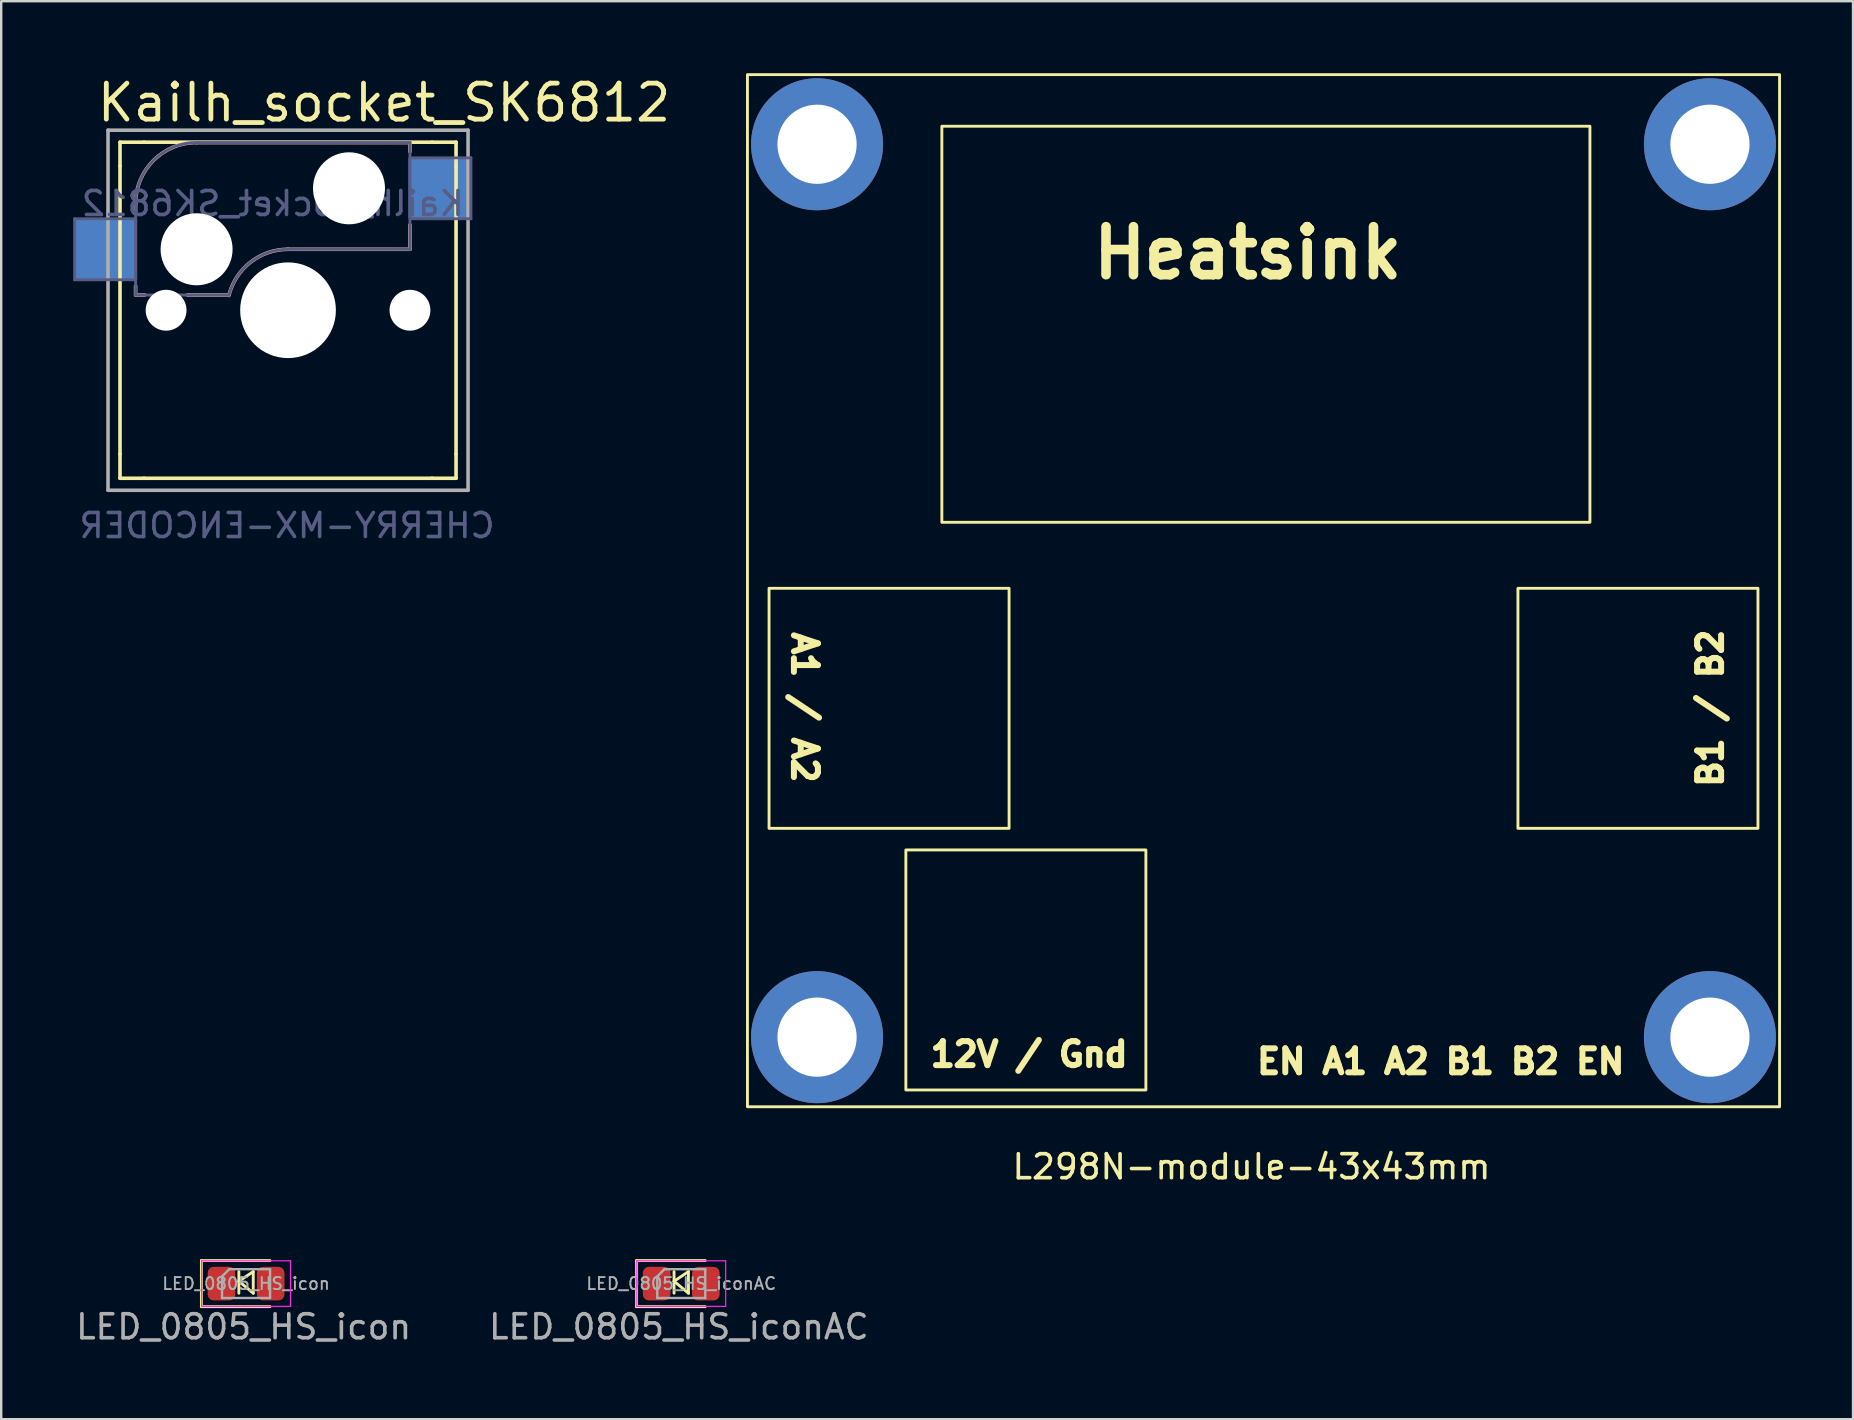
<source format=kicad_pcb>
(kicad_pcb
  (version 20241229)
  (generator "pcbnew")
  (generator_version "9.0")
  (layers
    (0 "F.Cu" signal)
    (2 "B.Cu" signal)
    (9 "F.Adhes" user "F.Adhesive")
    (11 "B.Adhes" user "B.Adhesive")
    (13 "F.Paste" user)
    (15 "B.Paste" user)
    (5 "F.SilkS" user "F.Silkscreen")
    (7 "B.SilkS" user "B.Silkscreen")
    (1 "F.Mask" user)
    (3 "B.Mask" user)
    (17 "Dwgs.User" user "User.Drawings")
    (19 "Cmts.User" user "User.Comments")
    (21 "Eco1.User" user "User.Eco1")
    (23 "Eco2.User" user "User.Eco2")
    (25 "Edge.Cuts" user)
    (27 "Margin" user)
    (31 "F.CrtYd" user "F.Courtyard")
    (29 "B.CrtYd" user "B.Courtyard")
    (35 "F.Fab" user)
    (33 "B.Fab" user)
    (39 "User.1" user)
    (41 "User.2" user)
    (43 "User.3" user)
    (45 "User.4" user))
  (footprint "L298N-module-43x43mm"
    (layer "F.Cu")
    (at 49.09 46.06)
    (property "Reference" "L298N-module-43x43mm" (at 0 -0.5 0) (unlocked yes) (layer "F.SilkS") (effects (font (size 1 1) (thickness 0.15))))
    (attr through_hole)
    (fp_rect (start -20.1 -14.6) (end -10.1 -24.6) (stroke (width 0.12) (type default)) (fill no) (layer "F.SilkS"))
    (fp_rect (start -14.4 -3.7) (end -4.4 -13.7) (stroke (width 0.12) (type default)) (fill no) (layer "F.SilkS"))
    (fp_rect (start -12.9 -43.85) (end 14.1 -27.35) (stroke (width 0.12) (type default)) (fill no) (layer "F.SilkS"))
    (fp_rect (start 11.1 -14.6) (end 21.1 -24.6) (stroke (width 0.12) (type default)) (fill no) (layer "F.SilkS"))
    (fp_rect (start 22 -3) (end -21 -46) (stroke (width 0.12) (type default)) (fill no) (layer "F.SilkS"))
    (fp_text user "12V / Gnd " (at -13.5 -4.6 0) (unlocked yes) (layer "F.SilkS") (effects (font (size 1 1) (thickness 0.25) (bold yes)) (justify left bottom)))
    (fp_text user "Heatsink" (at -6.8 -37.4 0) (unlocked yes) (layer "F.SilkS") (effects (font (size 2 2) (thickness 0.4) (bold yes)) (justify left bottom)))
    (fp_text user "B1 / B2" (at 19.7 -16.2 90) (unlocked yes) (layer "F.SilkS") (effects (font (size 1 1) (thickness 0.25) (bold yes)) (justify left bottom)))
    (fp_text user "A1 / A2" (at -19.2 -22.9 270) (unlocked yes) (layer "F.SilkS") (effects (font (size 1 1) (thickness 0.25) (bold yes)) (justify left bottom)))
    (fp_text user "EN A1 A2 B1 B2 EN" (at 0.1 -4.3 0) (unlocked yes) (layer "F.SilkS") (effects (font (size 1 1) (thickness 0.25) (bold yes)) (justify left bottom)))
    (pad "1" thru_hole circle (at -18.1 -43.1) (size 5.5 5.5) (drill 3.3) (layers "*.Cu" "*.Mask"))
    (pad "1" thru_hole circle (at -18.1 -5.9) (size 5.5 5.5) (drill 3.3) (layers "*.Cu" "*.Mask"))
    (pad "1" thru_hole circle (at 19.1 -43.1) (size 5.5 5.5) (drill 3.3) (layers "*.Cu" "*.Mask"))
    (pad "1" thru_hole circle (at 19.1 -5.9) (size 5.5 5.5) (drill 3.3) (layers "*.Cu" "*.Mask")))
  (footprint "Kailh_socket_SK6812"
    (layer "F.Cu")
    (at 8.95 9.875)
    (property "Reference" "Kailh_socket_SK6812" (at 4.001 -8.646 0) (layer "F.SilkS") (effects (font (size 1.5 1.5) (thickness 0.2))))
    (property "Value" "CHERRY-MX-ENCODER" (at 0.2 10.9 0) (layer "F.Fab") (hide yes) (effects (font (size 1.27 1.27) (thickness 0.15))))
    (attr through_hole)
    (fp_line (start -7 -6) (end -7 -7) (stroke (width 0.15) (type solid)) (layer "F.SilkS"))
    (fp_line (start -7 -6) (end -7 6) (stroke (width 0.15) (type solid)) (layer "F.SilkS"))
    (fp_line (start -7 7) (end -7 6) (stroke (width 0.15) (type solid)) (layer "F.SilkS"))
    (fp_line (start -7 7) (end -6 7) (stroke (width 0.15) (type solid)) (layer "F.SilkS"))
    (fp_line (start -6 -7) (end -7 -7) (stroke (width 0.15) (type solid)) (layer "F.SilkS"))
    (fp_line (start -6 7) (end 6 7) (stroke (width 0.15) (type solid)) (layer "F.SilkS"))
    (fp_line (start 6 -7) (end -6 -7) (stroke (width 0.15) (type solid)) (layer "F.SilkS"))
    (fp_line (start 6 7) (end 7 7) (stroke (width 0.15) (type solid)) (layer "F.SilkS"))
    (fp_line (start 7 -7) (end 6 -7) (stroke (width 0.15) (type solid)) (layer "F.SilkS"))
    (fp_line (start 7 -7) (end 7 -6) (stroke (width 0.15) (type solid)) (layer "F.SilkS"))
    (fp_line (start 7 6) (end 7 -6) (stroke (width 0.15) (type solid)) (layer "F.SilkS"))
    (fp_line (start 7 6) (end 7 7) (stroke (width 0.15) (type solid)) (layer "F.SilkS"))
    (fp_line (start -6.35 -4.445) (end -6.35 -4.064) (stroke (width 0.15) (type solid)) (layer "B.SilkS"))
    (fp_line (start -6.35 -1.016) (end -6.35 -0.635) (stroke (width 0.15) (type solid)) (layer "B.SilkS"))
    (fp_line (start -5.969 -0.635) (end -6.35 -0.635) (stroke (width 0.15) (type solid)) (layer "B.SilkS"))
    (fp_line (start -3.81 -6.985) (end 5.08 -6.985) (stroke (width 0.15) (type solid)) (layer "B.SilkS"))
    (fp_line (start -2.464 -0.635) (end -4.191 -0.635) (stroke (width 0.15) (type solid)) (layer "B.SilkS"))
    (fp_line (start 5.08 -6.985) (end 5.08 -6.604) (stroke (width 0.15) (type solid)) (layer "B.SilkS"))
    (fp_line (start 5.08 -3.556) (end 5.08 -2.54) (stroke (width 0.15) (type solid)) (layer "B.SilkS"))
    (fp_line (start 5.08 -2.54) (end 0 -2.54) (stroke (width 0.15) (type solid)) (layer "B.SilkS"))
    (fp_arc (start -6.35 -4.445) (mid -5.606051 -6.241051) (end -3.81 -6.985) (stroke (width 0.15) (type solid)) (layer "B.SilkS"))
    (fp_arc (start -2.464162 -0.61604) (mid -1.563147 -2.002042) (end 0 -2.54) (stroke (width 0.15) (type solid)) (layer "B.SilkS"))
    (fp_line (start -1.748 3.26) (end -1.75 6.7) (stroke (width 0.15) (type solid)) (layer "Eco1.User"))
    (fp_line (start -1.45 7) (end 1.45 7) (stroke (width 0.15) (type solid)) (layer "Eco1.User"))
    (fp_line (start 1.5 3) (end -1.47 3) (stroke (width 0.15) (type solid)) (layer "Eco1.User"))
    (fp_line (start 1.75 6.7) (end 1.75 3.25) (stroke (width 0.15) (type solid)) (layer "Eco1.User"))
    (fp_arc (start -1.748034 3.260308) (mid -1.655491 3.080516) (end -1.47 3) (stroke (width 0.15) (type solid)) (layer "Eco1.User"))
    (fp_arc (start -1.45 7) (mid -1.662132 6.912132) (end -1.75 6.7) (stroke (width 0.15) (type solid)) (layer "Eco1.User"))
    (fp_arc (start 1.5 3) (mid 1.676777 3.073223) (end 1.75 3.25) (stroke (width 0.15) (type solid)) (layer "Eco1.User"))
    (fp_arc (start 1.75 6.7) (mid 1.662132 6.912132) (end 1.45 7) (stroke (width 0.15) (type solid)) (layer "Eco1.User"))
    (fp_line (start -6.9 6.9) (end -6.9 -6.9) (stroke (width 0.15) (type solid)) (layer "Eco2.User"))
    (fp_line (start -6.9 6.9) (end 6.9 6.9) (stroke (width 0.15) (type solid)) (layer "Eco2.User"))
    (fp_line (start 6.9 -6.9) (end -6.9 -6.9) (stroke (width 0.15) (type solid)) (layer "Eco2.User"))
    (fp_line (start 6.9 -6.9) (end 6.9 6.9) (stroke (width 0.15) (type solid)) (layer "Eco2.User"))
    (fp_line (start -8.89 -3.81) (end -6.35 -3.81) (stroke (width 0.12) (type solid)) (layer "B.Fab"))
    (fp_line (start -8.89 -1.27) (end -8.89 -3.81) (stroke (width 0.12) (type solid)) (layer "B.Fab"))
    (fp_line (start -6.35 -1.27) (end -8.89 -1.27) (stroke (width 0.12) (type solid)) (layer "B.Fab"))
    (fp_line (start -6.35 -0.635) (end -6.35 -4.445) (stroke (width 0.12) (type solid)) (layer "B.Fab"))
    (fp_line (start -6.35 -0.635) (end -2.54 -0.635) (stroke (width 0.12) (type solid)) (layer "B.Fab"))
    (fp_line (start -3.81 -6.985) (end 5.08 -6.985) (stroke (width 0.12) (type solid)) (layer "B.Fab"))
    (fp_line (start 5.08 -6.985) (end 5.08 -2.54) (stroke (width 0.12) (type solid)) (layer "B.Fab"))
    (fp_line (start 5.08 -6.35) (end 7.62 -6.35) (stroke (width 0.12) (type solid)) (layer "B.Fab"))
    (fp_line (start 5.08 -2.54) (end 0 -2.54) (stroke (width 0.12) (type solid)) (layer "B.Fab"))
    (fp_line (start 7.62 -6.35) (end 7.62 -3.81) (stroke (width 0.12) (type solid)) (layer "B.Fab"))
    (fp_line (start 7.62 -3.81) (end 5.08 -3.81) (stroke (width 0.12) (type solid)) (layer "B.Fab"))
    (fp_arc (start -6.35 -4.445) (mid -5.606051 -6.241051) (end -3.81 -6.985) (stroke (width 0.12) (type solid)) (layer "B.Fab"))
    (fp_arc (start -2.464162 -0.61604) (mid -1.563147 -2.002042) (end 0 -2.54) (stroke (width 0.12) (type solid)) (layer "B.Fab"))
    (fp_line (start -7.5 -7.5) (end 7.5 -7.5) (stroke (width 0.15) (type solid)) (layer "F.Fab"))
    (fp_line (start -7.5 7.5) (end -7.5 -7.5) (stroke (width 0.15) (type solid)) (layer "F.Fab"))
    (fp_line (start 7.5 -7.5) (end 7.5 7.5) (stroke (width 0.15) (type solid)) (layer "F.Fab"))
    (fp_line (start 7.5 7.5) (end -7.5 7.5) (stroke (width 0.15) (type solid)) (layer "F.Fab"))
    (fp_text user "${REFERENCE}" (at -0.635 -4.445 180) (layer "B.Fab") (effects (font (size 1 1) (thickness 0.15)) (justify mirror)))
    (fp_text user "${VALUE}" (at -0.04 8.97 180) (layer "B.Fab") (effects (font (size 1 1) (thickness 0.15)) (justify mirror)))
    (pad "" np_thru_hole circle (at -5.08 0) (size 1.702 1.702) (drill 1.702) (layers "*.Cu" "*.Mask"))
    (pad "" np_thru_hole circle (at -3.81 -2.54) (size 3 3) (drill 3) (layers "*.Cu" "*.Mask"))
    (pad "" np_thru_hole circle (at 0 0) (size 3.988 3.988) (drill 3.988) (layers "*.Cu" "*.Mask"))
    (pad "" np_thru_hole circle (at 2.54 -5.08) (size 3 3) (drill 3) (layers "*.Cu" "*.Mask"))
    (pad "" np_thru_hole circle (at 5.08 0) (size 1.702 1.702) (drill 1.702) (layers "*.Cu" "*.Mask"))
    (pad "S1" smd rect (at -7.56 -2.54) (size 2.55 2.5) (layers "B.Cu" "B.Mask" "B.Paste"))
    (pad "S2" smd rect (at 6.29 -5.08) (size 2.55 2.5) (layers "B.Cu" "B.Mask" "B.Paste")))
  (footprint "LED_0805_HS_icon"
    (layer "F.Cu")
    (at 7.201 50.428)
    (property "Reference" "LED_0805_HS_icon" (at -0.1 1.8 0) (layer "F.Fab") (effects (font (size 1 1) (thickness 0.15))))
    (attr smd)
    (fp_line (start -1.86 -0.96) (end -1.86 0.96) (stroke (width 0.12) (type solid)) (layer "F.SilkS"))
    (fp_line (start -1.86 0.96) (end 1 0.96) (stroke (width 0.12) (type solid)) (layer "F.SilkS"))
    (fp_line (start -0.3 -0.1) (end 0.3 0.4) (stroke (width 0.12) (type solid)) (layer "F.SilkS"))
    (fp_line (start -0.3 0.4) (end -0.3 -0.5) (stroke (width 0.12) (type solid)) (layer "F.SilkS"))
    (fp_line (start 0.3 -0.5) (end -0.3 -0.1) (stroke (width 0.12) (type solid)) (layer "F.SilkS"))
    (fp_line (start 0.3 0.4) (end 0.3 -0.5) (stroke (width 0.12) (type solid)) (layer "F.SilkS"))
    (fp_line (start 1 -0.96) (end -1.86 -0.96) (stroke (width 0.12) (type solid)) (layer "F.SilkS"))
    (fp_line (start -1.85 -0.95) (end 1.85 -0.95) (stroke (width 0.05) (type solid)) (layer "F.CrtYd"))
    (fp_line (start -1.85 0.95) (end -1.85 -0.95) (stroke (width 0.05) (type solid)) (layer "F.CrtYd"))
    (fp_line (start 1.85 -0.95) (end 1.85 0.95) (stroke (width 0.05) (type solid)) (layer "F.CrtYd"))
    (fp_line (start 1.85 0.95) (end -1.85 0.95) (stroke (width 0.05) (type solid)) (layer "F.CrtYd"))
    (fp_line (start -1 -0.3) (end -1 0.6) (stroke (width 0.1) (type solid)) (layer "F.Fab"))
    (fp_line (start -1 0.6) (end 1 0.6) (stroke (width 0.1) (type solid)) (layer "F.Fab"))
    (fp_line (start -0.7 -0.6) (end -1 -0.3) (stroke (width 0.1) (type solid)) (layer "F.Fab"))
    (fp_line (start 1 -0.6) (end -0.7 -0.6) (stroke (width 0.1) (type solid)) (layer "F.Fab"))
    (fp_line (start 1 0.6) (end 1 -0.6) (stroke (width 0.1) (type solid)) (layer "F.Fab"))
    (fp_text user "${REFERENCE}" (at 0 0 0) (layer "F.Fab") (effects (font (size 0.5 0.5) (thickness 0.08))))
    (pad "1" smd roundrect (at -1.025 0) (size 1.15 1.4) (layers "F.Cu" "F.Mask" "F.Paste") (roundrect_rratio 0.217))
    (pad "2" smd roundrect (at 1.025 0) (size 1.15 1.4) (layers "F.Cu" "F.Mask" "F.Paste") (roundrect_rratio 0.217)))
  (footprint "LED_0805_HS_iconAC"
    (layer "F.Cu")
    (at 25.332 50.428)
    (property "Reference" "LED_0805_HS_iconAC" (at -0.1 1.8 180) (layer "F.Fab") (effects (font (size 1 1) (thickness 0.15))))
    (attr smd)
    (fp_line (start -1.86 -0.96) (end -1.86 0.96) (stroke (width 0.12) (type solid)) (layer "F.SilkS"))
    (fp_line (start -1.86 0.96) (end 1 0.96) (stroke (width 0.12) (type solid)) (layer "F.SilkS"))
    (fp_line (start -0.3 -0.1) (end 0.3 0.4) (stroke (width 0.12) (type solid)) (layer "F.SilkS"))
    (fp_line (start -0.3 0.4) (end -0.3 -0.5) (stroke (width 0.12) (type solid)) (layer "F.SilkS"))
    (fp_line (start 0.3 -0.5) (end -0.3 -0.1) (stroke (width 0.12) (type solid)) (layer "F.SilkS"))
    (fp_line (start 0.3 0.4) (end 0.3 -0.5) (stroke (width 0.12) (type solid)) (layer "F.SilkS"))
    (fp_line (start 1 -0.96) (end -1.86 -0.96) (stroke (width 0.12) (type solid)) (layer "F.SilkS"))
    (fp_line (start -1.85 -0.95) (end 1.85 -0.95) (stroke (width 0.05) (type solid)) (layer "F.CrtYd"))
    (fp_line (start -1.85 0.95) (end -1.85 -0.95) (stroke (width 0.05) (type solid)) (layer "F.CrtYd"))
    (fp_line (start 1.85 -0.95) (end 1.85 0.95) (stroke (width 0.05) (type solid)) (layer "F.CrtYd"))
    (fp_line (start 1.85 0.95) (end -1.85 0.95) (stroke (width 0.05) (type solid)) (layer "F.CrtYd"))
    (fp_line (start -1 -0.3) (end -1 0.6) (stroke (width 0.1) (type solid)) (layer "F.Fab"))
    (fp_line (start -1 0.6) (end 1 0.6) (stroke (width 0.1) (type solid)) (layer "F.Fab"))
    (fp_line (start -0.7 -0.6) (end -1 -0.3) (stroke (width 0.1) (type solid)) (layer "F.Fab"))
    (fp_line (start 1 -0.6) (end -0.7 -0.6) (stroke (width 0.1) (type solid)) (layer "F.Fab"))
    (fp_line (start 1 0.6) (end 1 -0.6) (stroke (width 0.1) (type solid)) (layer "F.Fab"))
    (fp_text user "${REFERENCE}" (at 0 0 180) (layer "F.Fab") (effects (font (size 0.5 0.5) (thickness 0.08))))
    (pad "A" smd roundrect (at 1.025 0) (size 1.15 1.4) (layers "F.Cu" "F.Mask" "F.Paste") (roundrect_rratio 0.217))
    (pad "C" smd roundrect (at -1.025 0) (size 1.15 1.4) (layers "F.Cu" "F.Mask" "F.Paste") (roundrect_rratio 0.217)))
  (gr_rect
    (start -3 -3)
    (end 74.15 56.077)
    (stroke (width 0.1) (type default))
    (fill no)
    (layer "Edge.Cuts")))
</source>
